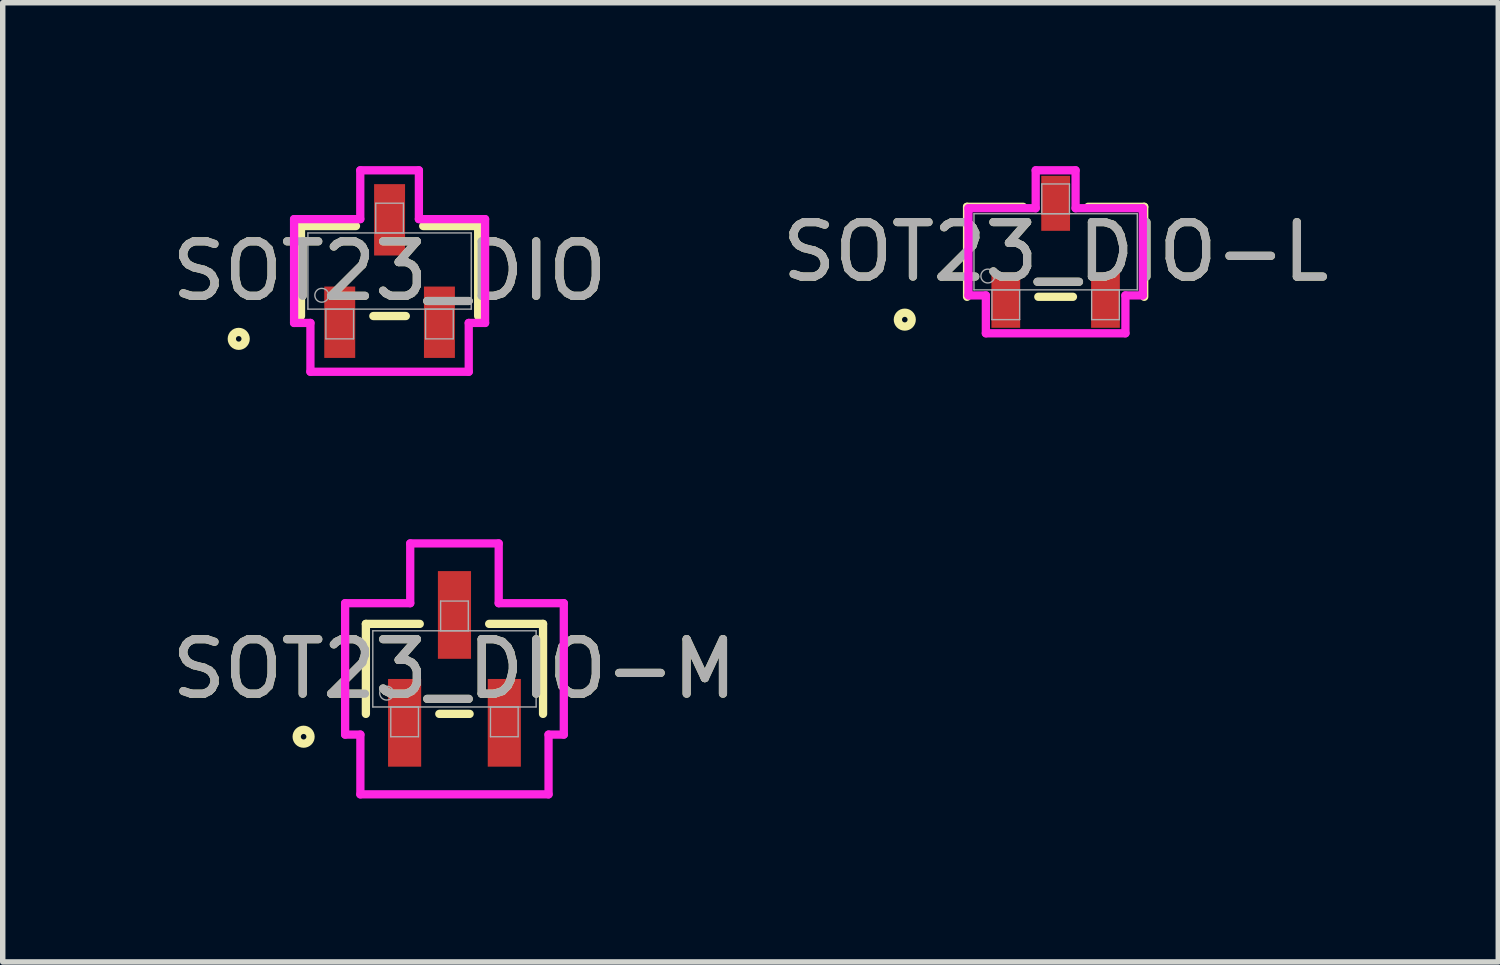
<source format=kicad_pcb>
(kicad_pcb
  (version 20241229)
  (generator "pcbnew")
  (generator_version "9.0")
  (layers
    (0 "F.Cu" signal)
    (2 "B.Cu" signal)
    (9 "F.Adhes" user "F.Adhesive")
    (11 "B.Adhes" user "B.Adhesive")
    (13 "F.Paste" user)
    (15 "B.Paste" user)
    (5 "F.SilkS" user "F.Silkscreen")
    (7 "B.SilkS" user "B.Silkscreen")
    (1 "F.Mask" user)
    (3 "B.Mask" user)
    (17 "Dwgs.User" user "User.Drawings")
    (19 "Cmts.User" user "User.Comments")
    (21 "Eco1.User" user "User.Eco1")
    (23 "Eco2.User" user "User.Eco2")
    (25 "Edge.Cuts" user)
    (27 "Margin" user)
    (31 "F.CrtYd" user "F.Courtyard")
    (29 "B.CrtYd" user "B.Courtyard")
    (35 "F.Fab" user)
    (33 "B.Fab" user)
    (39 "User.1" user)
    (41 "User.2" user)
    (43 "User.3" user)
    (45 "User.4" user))
  (footprint "SOT23_DIO-M"
    (layer "F.Cu")
    (at 5.292 9.228)
    (property "Reference" "SOT23_DIO-M" (at 0 0 0) (unlocked yes) (layer "F.SilkS") (effects (font (size 1 1) (thickness 0.15))))
    (attr smd)
    (fp_line (start -1.626 -0.826) (end -1.626 0.826) (stroke (width 0.152) (type solid)) (layer "F.SilkS"))
    (fp_line (start -0.637 -0.826) (end -1.626 -0.826) (stroke (width 0.152) (type solid)) (layer "F.SilkS"))
    (fp_line (start -0.278 0.826) (end 0.278 0.826) (stroke (width 0.152) (type solid)) (layer "F.SilkS"))
    (fp_line (start 1.626 -0.826) (end 0.637 -0.826) (stroke (width 0.152) (type solid)) (layer "F.SilkS"))
    (fp_line (start 1.626 0.826) (end 1.626 -0.826) (stroke (width 0.152) (type solid)) (layer "F.SilkS"))
    (fp_circle (center -2.769 1.245) (end -2.642 1.245) (stroke (width 0.152) (type solid)) (fill no) (layer "F.SilkS"))
    (fp_line (start -2.007 -1.206) (end -0.812 -1.206) (stroke (width 0.152) (type solid)) (layer "F.CrtYd"))
    (fp_line (start -2.007 1.206) (end -2.007 -1.206) (stroke (width 0.152) (type solid)) (layer "F.CrtYd"))
    (fp_line (start -2.007 1.206) (end -1.727 1.206) (stroke (width 0.152) (type solid)) (layer "F.CrtYd"))
    (fp_line (start -1.727 1.206) (end -1.727 2.303) (stroke (width 0.152) (type solid)) (layer "F.CrtYd"))
    (fp_line (start -1.727 2.303) (end 1.727 2.303) (stroke (width 0.152) (type solid)) (layer "F.CrtYd"))
    (fp_line (start -0.812 -2.303) (end 0.812 -2.303) (stroke (width 0.152) (type solid)) (layer "F.CrtYd"))
    (fp_line (start -0.812 -1.206) (end -0.812 -2.303) (stroke (width 0.152) (type solid)) (layer "F.CrtYd"))
    (fp_line (start 0.812 -1.206) (end 0.812 -2.303) (stroke (width 0.152) (type solid)) (layer "F.CrtYd"))
    (fp_line (start 1.727 1.206) (end 1.727 2.303) (stroke (width 0.152) (type solid)) (layer "F.CrtYd"))
    (fp_line (start 2.007 -1.206) (end 0.812 -1.206) (stroke (width 0.152) (type solid)) (layer "F.CrtYd"))
    (fp_line (start 2.007 -1.206) (end 2.007 1.206) (stroke (width 0.152) (type solid)) (layer "F.CrtYd"))
    (fp_line (start 2.007 1.206) (end 1.727 1.206) (stroke (width 0.152) (type solid)) (layer "F.CrtYd"))
    (fp_line (start -1.499 -0.699) (end -1.499 0.699) (stroke (width 0.025) (type solid)) (layer "F.Fab"))
    (fp_line (start -1.499 0.699) (end 1.499 0.699) (stroke (width 0.025) (type solid)) (layer "F.Fab"))
    (fp_line (start -1.169 0.699) (end -1.169 1.245) (stroke (width 0.025) (type solid)) (layer "F.Fab"))
    (fp_line (start -1.169 1.245) (end -0.661 1.245) (stroke (width 0.025) (type solid)) (layer "F.Fab"))
    (fp_line (start -0.661 0.699) (end -1.169 0.699) (stroke (width 0.025) (type solid)) (layer "F.Fab"))
    (fp_line (start -0.661 1.245) (end -0.661 0.699) (stroke (width 0.025) (type solid)) (layer "F.Fab"))
    (fp_line (start -0.254 -1.245) (end -0.254 -0.699) (stroke (width 0.025) (type solid)) (layer "F.Fab"))
    (fp_line (start -0.254 -0.699) (end 0.254 -0.699) (stroke (width 0.025) (type solid)) (layer "F.Fab"))
    (fp_line (start 0.254 -1.245) (end -0.254 -1.245) (stroke (width 0.025) (type solid)) (layer "F.Fab"))
    (fp_line (start 0.254 -0.699) (end 0.254 -1.245) (stroke (width 0.025) (type solid)) (layer "F.Fab"))
    (fp_line (start 0.661 0.699) (end 0.661 1.245) (stroke (width 0.025) (type solid)) (layer "F.Fab"))
    (fp_line (start 0.661 1.245) (end 1.169 1.245) (stroke (width 0.025) (type solid)) (layer "F.Fab"))
    (fp_line (start 1.169 0.699) (end 0.661 0.699) (stroke (width 0.025) (type solid)) (layer "F.Fab"))
    (fp_line (start 1.169 1.245) (end 1.169 0.699) (stroke (width 0.025) (type solid)) (layer "F.Fab"))
    (fp_line (start 1.499 -0.699) (end -1.499 -0.699) (stroke (width 0.025) (type solid)) (layer "F.Fab"))
    (fp_line (start 1.499 0.699) (end 1.499 -0.699) (stroke (width 0.025) (type solid)) (layer "F.Fab"))
    (fp_circle (center -1.245 0.445) (end -1.118 0.445) (stroke (width 0.025) (type solid)) (fill no) (layer "F.Fab"))
    (fp_text user "${REFERENCE}" (at 0 0 0) (unlocked yes) (layer "F.Fab") (effects (font (size 1 1) (thickness 0.15))))
    (pad "1" smd rect (at -0.915 0.99) (size 0.608 1.61) (layers "F.Cu" "F.Mask" "F.Paste"))
    (pad "2" smd rect (at 0.915 0.99) (size 0.608 1.61) (layers "F.Cu" "F.Mask" "F.Paste"))
    (pad "3" smd rect (at 0 -0.99) (size 0.608 1.61) (layers "F.Cu" "F.Mask" "F.Paste")))
  (footprint "SOT23_DIO-L"
    (layer "F.Cu")
    (at 16.327 1.572)
    (property "Reference" "SOT23_DIO-L" (at 0 0 0) (unlocked yes) (layer "F.SilkS") (effects (font (size 1 1) (thickness 0.15))))
    (attr smd)
    (fp_line (start -1.626 -0.826) (end -1.626 0.826) (stroke (width 0.152) (type solid)) (layer "F.SilkS"))
    (fp_line (start -0.597 -0.826) (end -1.626 -0.826) (stroke (width 0.152) (type solid)) (layer "F.SilkS"))
    (fp_line (start -0.318 0.826) (end 0.318 0.826) (stroke (width 0.152) (type solid)) (layer "F.SilkS"))
    (fp_line (start 1.626 -0.826) (end 0.597 -0.826) (stroke (width 0.152) (type solid)) (layer "F.SilkS"))
    (fp_line (start 1.626 0.826) (end 1.626 -0.826) (stroke (width 0.152) (type solid)) (layer "F.SilkS"))
    (fp_circle (center -2.769 1.245) (end -2.642 1.245) (stroke (width 0.152) (type solid)) (fill no) (layer "F.SilkS"))
    (fp_line (start -1.6 -0.8) (end -0.366 -0.8) (stroke (width 0.152) (type solid)) (layer "F.CrtYd"))
    (fp_line (start -1.6 0.8) (end -1.6 -0.8) (stroke (width 0.152) (type solid)) (layer "F.CrtYd"))
    (fp_line (start -1.6 0.8) (end -1.281 0.8) (stroke (width 0.152) (type solid)) (layer "F.CrtYd"))
    (fp_line (start -1.281 0.8) (end -1.281 1.496) (stroke (width 0.152) (type solid)) (layer "F.CrtYd"))
    (fp_line (start -1.281 1.496) (end 1.281 1.496) (stroke (width 0.152) (type solid)) (layer "F.CrtYd"))
    (fp_line (start -0.366 -1.496) (end 0.366 -1.496) (stroke (width 0.152) (type solid)) (layer "F.CrtYd"))
    (fp_line (start -0.366 -0.8) (end -0.366 -1.496) (stroke (width 0.152) (type solid)) (layer "F.CrtYd"))
    (fp_line (start 0.366 -0.8) (end 0.366 -1.496) (stroke (width 0.152) (type solid)) (layer "F.CrtYd"))
    (fp_line (start 1.281 0.8) (end 1.281 1.496) (stroke (width 0.152) (type solid)) (layer "F.CrtYd"))
    (fp_line (start 1.6 -0.8) (end 0.366 -0.8) (stroke (width 0.152) (type solid)) (layer "F.CrtYd"))
    (fp_line (start 1.6 -0.8) (end 1.6 0.8) (stroke (width 0.152) (type solid)) (layer "F.CrtYd"))
    (fp_line (start 1.6 0.8) (end 1.281 0.8) (stroke (width 0.152) (type solid)) (layer "F.CrtYd"))
    (fp_line (start -1.499 -0.699) (end -1.499 0.699) (stroke (width 0.025) (type solid)) (layer "F.Fab"))
    (fp_line (start -1.499 0.699) (end 1.499 0.699) (stroke (width 0.025) (type solid)) (layer "F.Fab"))
    (fp_line (start -1.169 0.699) (end -1.169 1.245) (stroke (width 0.025) (type solid)) (layer "F.Fab"))
    (fp_line (start -1.169 1.245) (end -0.661 1.245) (stroke (width 0.025) (type solid)) (layer "F.Fab"))
    (fp_line (start -0.661 0.699) (end -1.169 0.699) (stroke (width 0.025) (type solid)) (layer "F.Fab"))
    (fp_line (start -0.661 1.245) (end -0.661 0.699) (stroke (width 0.025) (type solid)) (layer "F.Fab"))
    (fp_line (start -0.254 -1.245) (end -0.254 -0.699) (stroke (width 0.025) (type solid)) (layer "F.Fab"))
    (fp_line (start -0.254 -0.699) (end 0.254 -0.699) (stroke (width 0.025) (type solid)) (layer "F.Fab"))
    (fp_line (start 0.254 -1.245) (end -0.254 -1.245) (stroke (width 0.025) (type solid)) (layer "F.Fab"))
    (fp_line (start 0.254 -0.699) (end 0.254 -1.245) (stroke (width 0.025) (type solid)) (layer "F.Fab"))
    (fp_line (start 0.661 0.699) (end 0.661 1.245) (stroke (width 0.025) (type solid)) (layer "F.Fab"))
    (fp_line (start 0.661 1.245) (end 1.169 1.245) (stroke (width 0.025) (type solid)) (layer "F.Fab"))
    (fp_line (start 1.169 0.699) (end 0.661 0.699) (stroke (width 0.025) (type solid)) (layer "F.Fab"))
    (fp_line (start 1.169 1.245) (end 1.169 0.699) (stroke (width 0.025) (type solid)) (layer "F.Fab"))
    (fp_line (start 1.499 -0.699) (end -1.499 -0.699) (stroke (width 0.025) (type solid)) (layer "F.Fab"))
    (fp_line (start 1.499 0.699) (end 1.499 -0.699) (stroke (width 0.025) (type solid)) (layer "F.Fab"))
    (fp_circle (center -1.245 0.445) (end -1.118 0.445) (stroke (width 0.025) (type solid)) (fill no) (layer "F.Fab"))
    (fp_text user "${REFERENCE}" (at 0 0 0) (unlocked yes) (layer "F.Fab") (effects (font (size 1 1) (thickness 0.15))))
    (pad "1" smd rect (at -0.915 0.89) (size 0.528 1.01) (layers "F.Cu" "F.Mask" "F.Paste"))
    (pad "2" smd rect (at 0.915 0.89) (size 0.528 1.01) (layers "F.Cu" "F.Mask" "F.Paste"))
    (pad "3" smd rect (at 0 -0.89) (size 0.528 1.01) (layers "F.Cu" "F.Mask" "F.Paste")))
  (footprint "SOT23_DIO"
    (layer "F.Cu")
    (at 4.101 1.925)
    (property "Reference" "SOT23_DIO" (at 0 0 0) (unlocked yes) (layer "F.SilkS") (effects (font (size 1 1) (thickness 0.15))))
    (attr smd)
    (fp_line (start -1.626 -0.826) (end -1.626 0.826) (stroke (width 0.152) (type solid)) (layer "F.SilkS"))
    (fp_line (start -0.617 -0.826) (end -1.626 -0.826) (stroke (width 0.152) (type solid)) (layer "F.SilkS"))
    (fp_line (start -0.298 0.826) (end 0.298 0.826) (stroke (width 0.152) (type solid)) (layer "F.SilkS"))
    (fp_line (start 1.626 -0.826) (end 0.617 -0.826) (stroke (width 0.152) (type solid)) (layer "F.SilkS"))
    (fp_line (start 1.626 0.826) (end 1.626 -0.826) (stroke (width 0.152) (type solid)) (layer "F.SilkS"))
    (fp_circle (center -2.769 1.245) (end -2.642 1.245) (stroke (width 0.152) (type solid)) (fill no) (layer "F.SilkS"))
    (fp_line (start -1.753 -0.953) (end -0.538 -0.953) (stroke (width 0.152) (type solid)) (layer "F.CrtYd"))
    (fp_line (start -1.753 0.953) (end -1.753 -0.953) (stroke (width 0.152) (type solid)) (layer "F.CrtYd"))
    (fp_line (start -1.753 0.953) (end -1.453 0.953) (stroke (width 0.152) (type solid)) (layer "F.CrtYd"))
    (fp_line (start -1.453 0.953) (end -1.453 1.849) (stroke (width 0.152) (type solid)) (layer "F.CrtYd"))
    (fp_line (start -1.453 1.849) (end 1.453 1.849) (stroke (width 0.152) (type solid)) (layer "F.CrtYd"))
    (fp_line (start -0.538 -1.849) (end 0.538 -1.849) (stroke (width 0.152) (type solid)) (layer "F.CrtYd"))
    (fp_line (start -0.538 -0.953) (end -0.538 -1.849) (stroke (width 0.152) (type solid)) (layer "F.CrtYd"))
    (fp_line (start 0.538 -0.953) (end 0.538 -1.849) (stroke (width 0.152) (type solid)) (layer "F.CrtYd"))
    (fp_line (start 1.453 0.953) (end 1.453 1.849) (stroke (width 0.152) (type solid)) (layer "F.CrtYd"))
    (fp_line (start 1.753 -0.953) (end 0.538 -0.953) (stroke (width 0.152) (type solid)) (layer "F.CrtYd"))
    (fp_line (start 1.753 -0.953) (end 1.753 0.953) (stroke (width 0.152) (type solid)) (layer "F.CrtYd"))
    (fp_line (start 1.753 0.953) (end 1.453 0.953) (stroke (width 0.152) (type solid)) (layer "F.CrtYd"))
    (fp_line (start -1.499 -0.699) (end -1.499 0.699) (stroke (width 0.025) (type solid)) (layer "F.Fab"))
    (fp_line (start -1.499 0.699) (end 1.499 0.699) (stroke (width 0.025) (type solid)) (layer "F.Fab"))
    (fp_line (start -1.169 0.699) (end -1.169 1.245) (stroke (width 0.025) (type solid)) (layer "F.Fab"))
    (fp_line (start -1.169 1.245) (end -0.661 1.245) (stroke (width 0.025) (type solid)) (layer "F.Fab"))
    (fp_line (start -0.661 0.699) (end -1.169 0.699) (stroke (width 0.025) (type solid)) (layer "F.Fab"))
    (fp_line (start -0.661 1.245) (end -0.661 0.699) (stroke (width 0.025) (type solid)) (layer "F.Fab"))
    (fp_line (start -0.254 -1.245) (end -0.254 -0.699) (stroke (width 0.025) (type solid)) (layer "F.Fab"))
    (fp_line (start -0.254 -0.699) (end 0.254 -0.699) (stroke (width 0.025) (type solid)) (layer "F.Fab"))
    (fp_line (start 0.254 -1.245) (end -0.254 -1.245) (stroke (width 0.025) (type solid)) (layer "F.Fab"))
    (fp_line (start 0.254 -0.699) (end 0.254 -1.245) (stroke (width 0.025) (type solid)) (layer "F.Fab"))
    (fp_line (start 0.661 0.699) (end 0.661 1.245) (stroke (width 0.025) (type solid)) (layer "F.Fab"))
    (fp_line (start 0.661 1.245) (end 1.169 1.245) (stroke (width 0.025) (type solid)) (layer "F.Fab"))
    (fp_line (start 1.169 0.699) (end 0.661 0.699) (stroke (width 0.025) (type solid)) (layer "F.Fab"))
    (fp_line (start 1.169 1.245) (end 1.169 0.699) (stroke (width 0.025) (type solid)) (layer "F.Fab"))
    (fp_line (start 1.499 -0.699) (end -1.499 -0.699) (stroke (width 0.025) (type solid)) (layer "F.Fab"))
    (fp_line (start 1.499 0.699) (end 1.499 -0.699) (stroke (width 0.025) (type solid)) (layer "F.Fab"))
    (fp_circle (center -1.245 0.445) (end -1.118 0.445) (stroke (width 0.025) (type solid)) (fill no) (layer "F.Fab"))
    (fp_text user "${REFERENCE}" (at 0 0 0) (unlocked yes) (layer "F.Fab") (effects (font (size 1 1) (thickness 0.15))))
    (pad "1" smd rect (at -0.915 0.94) (size 0.568 1.31) (layers "F.Cu" "F.Mask" "F.Paste"))
    (pad "2" smd rect (at 0.915 0.94) (size 0.568 1.31) (layers "F.Cu" "F.Mask" "F.Paste"))
    (pad "3" smd rect (at 0 -0.94) (size 0.568 1.31) (layers "F.Cu" "F.Mask" "F.Paste")))
  (gr_rect
    (start -3 -3)
    (end 24.452 14.607)
    (stroke (width 0.1) (type default))
    (fill no)
    (layer "Edge.Cuts")))
</source>
